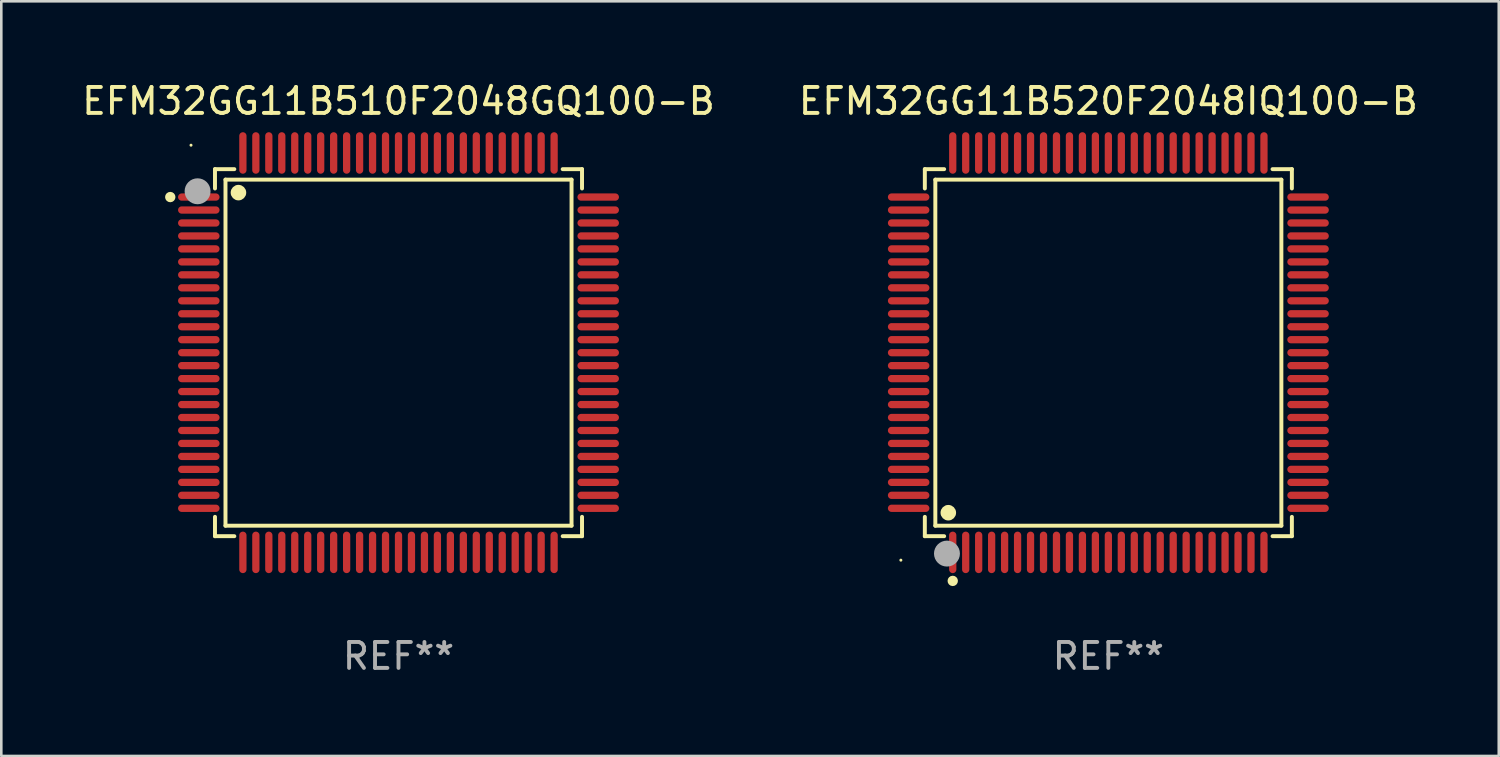
<source format=kicad_pcb>
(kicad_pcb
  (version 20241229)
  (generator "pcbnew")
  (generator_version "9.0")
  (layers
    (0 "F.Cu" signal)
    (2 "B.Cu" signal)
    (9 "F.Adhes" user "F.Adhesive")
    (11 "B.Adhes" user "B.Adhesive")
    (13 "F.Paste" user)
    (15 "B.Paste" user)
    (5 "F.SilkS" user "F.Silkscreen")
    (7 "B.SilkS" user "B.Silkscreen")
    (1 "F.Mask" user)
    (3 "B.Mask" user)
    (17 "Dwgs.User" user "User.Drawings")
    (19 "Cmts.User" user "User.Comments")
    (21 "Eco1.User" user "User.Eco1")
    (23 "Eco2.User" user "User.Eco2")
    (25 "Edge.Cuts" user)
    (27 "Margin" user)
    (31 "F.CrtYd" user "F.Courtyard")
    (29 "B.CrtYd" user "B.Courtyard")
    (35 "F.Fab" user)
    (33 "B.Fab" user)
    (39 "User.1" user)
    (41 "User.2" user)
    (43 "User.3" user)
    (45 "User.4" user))
  (footprint "EFM32GG11B510F2048GQ100-B"
    (layer "F.Cu")
    (at 12.315 10.548)
    (property "Reference" "EFM32GG11B510F2048GQ100-B" (at 0 -9.7 0) (layer "F.SilkS") (effects (font (size 1 1) (thickness 0.15))))
    (attr through_hole)
    (fp_line (start -7.076 -7.076) (end -7.076 -6.331) (stroke (width 0.152) (type solid)) (layer "F.SilkS"))
    (fp_line (start -7.076 7.076) (end -7.076 6.33) (stroke (width 0.152) (type solid)) (layer "F.SilkS"))
    (fp_line (start -6.671 -6.672) (end 6.672 -6.672) (stroke (width 0.152) (type solid)) (layer "F.SilkS"))
    (fp_line (start -6.671 6.671) (end -6.671 -6.672) (stroke (width 0.152) (type solid)) (layer "F.SilkS"))
    (fp_line (start -6.33 -7.076) (end -7.076 -7.076) (stroke (width 0.152) (type solid)) (layer "F.SilkS"))
    (fp_line (start -6.33 7.076) (end -7.076 7.076) (stroke (width 0.152) (type solid)) (layer "F.SilkS"))
    (fp_line (start 6.331 -7.076) (end 7.076 -7.076) (stroke (width 0.152) (type solid)) (layer "F.SilkS"))
    (fp_line (start 6.331 7.076) (end 7.076 7.076) (stroke (width 0.152) (type solid)) (layer "F.SilkS"))
    (fp_line (start 6.672 -6.672) (end 6.672 6.671) (stroke (width 0.152) (type solid)) (layer "F.SilkS"))
    (fp_line (start 6.672 6.671) (end -6.671 6.671) (stroke (width 0.152) (type solid)) (layer "F.SilkS"))
    (fp_line (start 7.076 -7.076) (end 7.076 -6.331) (stroke (width 0.152) (type solid)) (layer "F.SilkS"))
    (fp_line (start 7.076 7.076) (end 7.076 6.33) (stroke (width 0.152) (type solid)) (layer "F.SilkS"))
    (fp_circle (center -8.8 -6) (end -8.7 -6) (stroke (width 0.2) (type solid)) (fill no) (layer "F.SilkS"))
    (fp_circle (center -8 -8) (end -7.97 -8) (stroke (width 0.06) (type solid)) (fill no) (layer "F.SilkS"))
    (fp_circle (center -6.171 -6.171) (end -6.021 -6.171) (stroke (width 0.3) (type solid)) (fill no) (layer "F.SilkS"))
    (fp_circle (center -7.747 -6.223) (end -7.497 -6.223) (stroke (width 0.5) (type solid)) (fill no) (layer "F.Fab"))
    (fp_text user "REF**" (at 0 11.7 0) (layer "F.Fab") (effects (font (size 1 1) (thickness 0.15))))
    (pad "1" smd oval (at -7.7 -6) (size 1.6 0.28) (layers "F.Cu" "F.Mask" "F.Paste"))
    (pad "2" smd oval (at -7.7 -5.5) (size 1.6 0.28) (layers "F.Cu" "F.Mask" "F.Paste"))
    (pad "3" smd oval (at -7.7 -5) (size 1.6 0.28) (layers "F.Cu" "F.Mask" "F.Paste"))
    (pad "4" smd oval (at -7.7 -4.5) (size 1.6 0.28) (layers "F.Cu" "F.Mask" "F.Paste"))
    (pad "5" smd oval (at -7.7 -4) (size 1.6 0.28) (layers "F.Cu" "F.Mask" "F.Paste"))
    (pad "6" smd oval (at -7.7 -3.5) (size 1.6 0.28) (layers "F.Cu" "F.Mask" "F.Paste"))
    (pad "7" smd oval (at -7.7 -3) (size 1.6 0.28) (layers "F.Cu" "F.Mask" "F.Paste"))
    (pad "8" smd oval (at -7.7 -2.5) (size 1.6 0.28) (layers "F.Cu" "F.Mask" "F.Paste"))
    (pad "9" smd oval (at -7.7 -2) (size 1.6 0.28) (layers "F.Cu" "F.Mask" "F.Paste"))
    (pad "10" smd oval (at -7.7 -1.5) (size 1.6 0.28) (layers "F.Cu" "F.Mask" "F.Paste"))
    (pad "11" smd oval (at -7.7 -1) (size 1.6 0.28) (layers "F.Cu" "F.Mask" "F.Paste"))
    (pad "12" smd oval (at -7.7 -0.5) (size 1.6 0.28) (layers "F.Cu" "F.Mask" "F.Paste"))
    (pad "13" smd oval (at -7.7 0) (size 1.6 0.28) (layers "F.Cu" "F.Mask" "F.Paste"))
    (pad "14" smd oval (at -7.7 0.5) (size 1.6 0.28) (layers "F.Cu" "F.Mask" "F.Paste"))
    (pad "15" smd oval (at -7.7 1) (size 1.6 0.28) (layers "F.Cu" "F.Mask" "F.Paste"))
    (pad "16" smd oval (at -7.7 1.5) (size 1.6 0.28) (layers "F.Cu" "F.Mask" "F.Paste"))
    (pad "17" smd oval (at -7.7 2) (size 1.6 0.28) (layers "F.Cu" "F.Mask" "F.Paste"))
    (pad "18" smd oval (at -7.7 2.5) (size 1.6 0.28) (layers "F.Cu" "F.Mask" "F.Paste"))
    (pad "19" smd oval (at -7.7 3) (size 1.6 0.28) (layers "F.Cu" "F.Mask" "F.Paste"))
    (pad "20" smd oval (at -7.7 3.5) (size 1.6 0.28) (layers "F.Cu" "F.Mask" "F.Paste"))
    (pad "21" smd oval (at -7.7 4) (size 1.6 0.28) (layers "F.Cu" "F.Mask" "F.Paste"))
    (pad "22" smd oval (at -7.7 4.5) (size 1.6 0.28) (layers "F.Cu" "F.Mask" "F.Paste"))
    (pad "23" smd oval (at -7.7 5) (size 1.6 0.28) (layers "F.Cu" "F.Mask" "F.Paste"))
    (pad "24" smd oval (at -7.7 5.5) (size 1.6 0.28) (layers "F.Cu" "F.Mask" "F.Paste"))
    (pad "25" smd oval (at -7.7 6) (size 1.6 0.28) (layers "F.Cu" "F.Mask" "F.Paste"))
    (pad "26" smd oval (at -6 7.7) (size 0.28 1.6) (layers "F.Cu" "F.Mask" "F.Paste"))
    (pad "27" smd oval (at -5.5 7.7) (size 0.28 1.6) (layers "F.Cu" "F.Mask" "F.Paste"))
    (pad "28" smd oval (at -5 7.7) (size 0.28 1.6) (layers "F.Cu" "F.Mask" "F.Paste"))
    (pad "29" smd oval (at -4.5 7.7) (size 0.28 1.6) (layers "F.Cu" "F.Mask" "F.Paste"))
    (pad "30" smd oval (at -4 7.7) (size 0.28 1.6) (layers "F.Cu" "F.Mask" "F.Paste"))
    (pad "31" smd oval (at -3.5 7.7) (size 0.28 1.6) (layers "F.Cu" "F.Mask" "F.Paste"))
    (pad "32" smd oval (at -3 7.7) (size 0.28 1.6) (layers "F.Cu" "F.Mask" "F.Paste"))
    (pad "33" smd oval (at -2.5 7.7) (size 0.28 1.6) (layers "F.Cu" "F.Mask" "F.Paste"))
    (pad "34" smd oval (at -2 7.7) (size 0.28 1.6) (layers "F.Cu" "F.Mask" "F.Paste"))
    (pad "35" smd oval (at -1.5 7.7) (size 0.28 1.6) (layers "F.Cu" "F.Mask" "F.Paste"))
    (pad "36" smd oval (at -1 7.7) (size 0.28 1.6) (layers "F.Cu" "F.Mask" "F.Paste"))
    (pad "37" smd oval (at -0.5 7.7) (size 0.28 1.6) (layers "F.Cu" "F.Mask" "F.Paste"))
    (pad "38" smd oval (at 0 7.7) (size 0.28 1.6) (layers "F.Cu" "F.Mask" "F.Paste"))
    (pad "39" smd oval (at 0.5 7.7) (size 0.28 1.6) (layers "F.Cu" "F.Mask" "F.Paste"))
    (pad "40" smd oval (at 1 7.7) (size 0.28 1.6) (layers "F.Cu" "F.Mask" "F.Paste"))
    (pad "41" smd oval (at 1.5 7.7) (size 0.28 1.6) (layers "F.Cu" "F.Mask" "F.Paste"))
    (pad "42" smd oval (at 2 7.7) (size 0.28 1.6) (layers "F.Cu" "F.Mask" "F.Paste"))
    (pad "43" smd oval (at 2.5 7.7) (size 0.28 1.6) (layers "F.Cu" "F.Mask" "F.Paste"))
    (pad "44" smd oval (at 3 7.7) (size 0.28 1.6) (layers "F.Cu" "F.Mask" "F.Paste"))
    (pad "45" smd oval (at 3.5 7.7) (size 0.28 1.6) (layers "F.Cu" "F.Mask" "F.Paste"))
    (pad "46" smd oval (at 4 7.7) (size 0.28 1.6) (layers "F.Cu" "F.Mask" "F.Paste"))
    (pad "47" smd oval (at 4.5 7.7) (size 0.28 1.6) (layers "F.Cu" "F.Mask" "F.Paste"))
    (pad "48" smd oval (at 5 7.7) (size 0.28 1.6) (layers "F.Cu" "F.Mask" "F.Paste"))
    (pad "49" smd oval (at 5.5 7.7) (size 0.28 1.6) (layers "F.Cu" "F.Mask" "F.Paste"))
    (pad "50" smd oval (at 6 7.7) (size 0.28 1.6) (layers "F.Cu" "F.Mask" "F.Paste"))
    (pad "51" smd oval (at 7.7 6) (size 1.6 0.28) (layers "F.Cu" "F.Mask" "F.Paste"))
    (pad "52" smd oval (at 7.7 5.5) (size 1.6 0.28) (layers "F.Cu" "F.Mask" "F.Paste"))
    (pad "53" smd oval (at 7.7 5) (size 1.6 0.28) (layers "F.Cu" "F.Mask" "F.Paste"))
    (pad "54" smd oval (at 7.7 4.5) (size 1.6 0.28) (layers "F.Cu" "F.Mask" "F.Paste"))
    (pad "55" smd oval (at 7.7 4) (size 1.6 0.28) (layers "F.Cu" "F.Mask" "F.Paste"))
    (pad "56" smd oval (at 7.7 3.5) (size 1.6 0.28) (layers "F.Cu" "F.Mask" "F.Paste"))
    (pad "57" smd oval (at 7.7 3) (size 1.6 0.28) (layers "F.Cu" "F.Mask" "F.Paste"))
    (pad "58" smd oval (at 7.7 2.5) (size 1.6 0.28) (layers "F.Cu" "F.Mask" "F.Paste"))
    (pad "59" smd oval (at 7.7 2) (size 1.6 0.28) (layers "F.Cu" "F.Mask" "F.Paste"))
    (pad "60" smd oval (at 7.7 1.5) (size 1.6 0.28) (layers "F.Cu" "F.Mask" "F.Paste"))
    (pad "61" smd oval (at 7.7 1) (size 1.6 0.28) (layers "F.Cu" "F.Mask" "F.Paste"))
    (pad "62" smd oval (at 7.7 0.5) (size 1.6 0.28) (layers "F.Cu" "F.Mask" "F.Paste"))
    (pad "63" smd oval (at 7.7 0) (size 1.6 0.28) (layers "F.Cu" "F.Mask" "F.Paste"))
    (pad "64" smd oval (at 7.7 -0.5) (size 1.6 0.28) (layers "F.Cu" "F.Mask" "F.Paste"))
    (pad "65" smd oval (at 7.7 -1) (size 1.6 0.28) (layers "F.Cu" "F.Mask" "F.Paste"))
    (pad "66" smd oval (at 7.7 -1.5) (size 1.6 0.28) (layers "F.Cu" "F.Mask" "F.Paste"))
    (pad "67" smd oval (at 7.7 -2) (size 1.6 0.28) (layers "F.Cu" "F.Mask" "F.Paste"))
    (pad "68" smd oval (at 7.7 -2.5) (size 1.6 0.28) (layers "F.Cu" "F.Mask" "F.Paste"))
    (pad "69" smd oval (at 7.7 -3) (size 1.6 0.28) (layers "F.Cu" "F.Mask" "F.Paste"))
    (pad "70" smd oval (at 7.7 -3.5) (size 1.6 0.28) (layers "F.Cu" "F.Mask" "F.Paste"))
    (pad "71" smd oval (at 7.7 -4) (size 1.6 0.28) (layers "F.Cu" "F.Mask" "F.Paste"))
    (pad "72" smd oval (at 7.7 -4.5) (size 1.6 0.28) (layers "F.Cu" "F.Mask" "F.Paste"))
    (pad "73" smd oval (at 7.7 -5) (size 1.6 0.28) (layers "F.Cu" "F.Mask" "F.Paste"))
    (pad "74" smd oval (at 7.7 -5.5) (size 1.6 0.28) (layers "F.Cu" "F.Mask" "F.Paste"))
    (pad "75" smd oval (at 7.7 -6) (size 1.6 0.28) (layers "F.Cu" "F.Mask" "F.Paste"))
    (pad "76" smd oval (at 6 -7.7) (size 0.28 1.6) (layers "F.Cu" "F.Mask" "F.Paste"))
    (pad "77" smd oval (at 5.5 -7.7) (size 0.28 1.6) (layers "F.Cu" "F.Mask" "F.Paste"))
    (pad "78" smd oval (at 5 -7.7) (size 0.28 1.6) (layers "F.Cu" "F.Mask" "F.Paste"))
    (pad "79" smd oval (at 4.5 -7.7) (size 0.28 1.6) (layers "F.Cu" "F.Mask" "F.Paste"))
    (pad "80" smd oval (at 4 -7.7) (size 0.28 1.6) (layers "F.Cu" "F.Mask" "F.Paste"))
    (pad "81" smd oval (at 3.5 -7.7) (size 0.28 1.6) (layers "F.Cu" "F.Mask" "F.Paste"))
    (pad "82" smd oval (at 3 -7.7) (size 0.28 1.6) (layers "F.Cu" "F.Mask" "F.Paste"))
    (pad "83" smd oval (at 2.5 -7.7) (size 0.28 1.6) (layers "F.Cu" "F.Mask" "F.Paste"))
    (pad "84" smd oval (at 2 -7.7) (size 0.28 1.6) (layers "F.Cu" "F.Mask" "F.Paste"))
    (pad "85" smd oval (at 1.5 -7.7) (size 0.28 1.6) (layers "F.Cu" "F.Mask" "F.Paste"))
    (pad "86" smd oval (at 1 -7.7) (size 0.28 1.6) (layers "F.Cu" "F.Mask" "F.Paste"))
    (pad "87" smd oval (at 0.5 -7.7) (size 0.28 1.6) (layers "F.Cu" "F.Mask" "F.Paste"))
    (pad "88" smd oval (at 0 -7.7) (size 0.28 1.6) (layers "F.Cu" "F.Mask" "F.Paste"))
    (pad "89" smd oval (at -0.5 -7.7) (size 0.28 1.6) (layers "F.Cu" "F.Mask" "F.Paste"))
    (pad "90" smd oval (at -1 -7.7) (size 0.28 1.6) (layers "F.Cu" "F.Mask" "F.Paste"))
    (pad "91" smd oval (at -1.5 -7.7) (size 0.28 1.6) (layers "F.Cu" "F.Mask" "F.Paste"))
    (pad "92" smd oval (at -2 -7.7) (size 0.28 1.6) (layers "F.Cu" "F.Mask" "F.Paste"))
    (pad "93" smd oval (at -2.5 -7.7) (size 0.28 1.6) (layers "F.Cu" "F.Mask" "F.Paste"))
    (pad "94" smd oval (at -3 -7.7) (size 0.28 1.6) (layers "F.Cu" "F.Mask" "F.Paste"))
    (pad "95" smd oval (at -3.5 -7.7) (size 0.28 1.6) (layers "F.Cu" "F.Mask" "F.Paste"))
    (pad "96" smd oval (at -4 -7.7) (size 0.28 1.6) (layers "F.Cu" "F.Mask" "F.Paste"))
    (pad "97" smd oval (at -4.5 -7.7) (size 0.28 1.6) (layers "F.Cu" "F.Mask" "F.Paste"))
    (pad "98" smd oval (at -5 -7.7) (size 0.28 1.6) (layers "F.Cu" "F.Mask" "F.Paste"))
    (pad "99" smd oval (at -5.5 -7.7) (size 0.28 1.6) (layers "F.Cu" "F.Mask" "F.Paste"))
    (pad "100" smd oval (at -6 -7.7) (size 0.28 1.6) (layers "F.Cu" "F.Mask" "F.Paste")))
  (footprint "EFM32GG11B520F2048IQ100-B"
    (layer "F.Cu")
    (at 39.685 10.548)
    (property "Reference" "EFM32GG11B520F2048IQ100-B" (at 0 -9.7 0) (layer "F.SilkS") (effects (font (size 1 1) (thickness 0.15))))
    (attr through_hole)
    (fp_line (start -7.076 -7.076) (end -6.331 -7.076) (stroke (width 0.152) (type solid)) (layer "F.SilkS"))
    (fp_line (start -7.076 -6.331) (end -7.076 -7.076) (stroke (width 0.152) (type solid)) (layer "F.SilkS"))
    (fp_line (start -7.076 6.331) (end -7.076 7.076) (stroke (width 0.152) (type solid)) (layer "F.SilkS"))
    (fp_line (start -7.076 7.076) (end -6.331 7.076) (stroke (width 0.152) (type solid)) (layer "F.SilkS"))
    (fp_line (start -6.671 -6.671) (end 6.671 -6.671) (stroke (width 0.152) (type solid)) (layer "F.SilkS"))
    (fp_line (start -6.671 6.671) (end -6.671 -6.671) (stroke (width 0.152) (type solid)) (layer "F.SilkS"))
    (fp_line (start 6.671 -6.671) (end 6.671 6.671) (stroke (width 0.152) (type solid)) (layer "F.SilkS"))
    (fp_line (start 6.671 6.671) (end -6.671 6.671) (stroke (width 0.152) (type solid)) (layer "F.SilkS"))
    (fp_line (start 7.076 -7.076) (end 6.331 -7.076) (stroke (width 0.152) (type solid)) (layer "F.SilkS"))
    (fp_line (start 7.076 -6.331) (end 7.076 -7.076) (stroke (width 0.152) (type solid)) (layer "F.SilkS"))
    (fp_line (start 7.076 6.331) (end 7.076 7.076) (stroke (width 0.152) (type solid)) (layer "F.SilkS"))
    (fp_line (start 7.076 7.076) (end 6.331 7.076) (stroke (width 0.152) (type solid)) (layer "F.SilkS"))
    (fp_circle (center -8 8) (end -7.97 8) (stroke (width 0.06) (type solid)) (fill no) (layer "F.SilkS"))
    (fp_circle (center -6.171 6.171) (end -6.021 6.171) (stroke (width 0.3) (type solid)) (fill no) (layer "F.SilkS"))
    (fp_circle (center -6 8.8) (end -5.9 8.8) (stroke (width 0.2) (type solid)) (fill no) (layer "F.SilkS"))
    (fp_circle (center -6.223 7.747) (end -5.973 7.747) (stroke (width 0.5) (type solid)) (fill no) (layer "F.Fab"))
    (fp_text user "REF**" (at 0 11.7 0) (layer "F.Fab") (effects (font (size 1 1) (thickness 0.15))))
    (pad "1" smd oval (at -6 7.7) (size 0.28 1.6) (layers "F.Cu" "F.Mask" "F.Paste"))
    (pad "2" smd oval (at -5.5 7.7) (size 0.28 1.6) (layers "F.Cu" "F.Mask" "F.Paste"))
    (pad "3" smd oval (at -5 7.7) (size 0.28 1.6) (layers "F.Cu" "F.Mask" "F.Paste"))
    (pad "4" smd oval (at -4.5 7.7) (size 0.28 1.6) (layers "F.Cu" "F.Mask" "F.Paste"))
    (pad "5" smd oval (at -4 7.7) (size 0.28 1.6) (layers "F.Cu" "F.Mask" "F.Paste"))
    (pad "6" smd oval (at -3.5 7.7) (size 0.28 1.6) (layers "F.Cu" "F.Mask" "F.Paste"))
    (pad "7" smd oval (at -3 7.7) (size 0.28 1.6) (layers "F.Cu" "F.Mask" "F.Paste"))
    (pad "8" smd oval (at -2.5 7.7) (size 0.28 1.6) (layers "F.Cu" "F.Mask" "F.Paste"))
    (pad "9" smd oval (at -2 7.7) (size 0.28 1.6) (layers "F.Cu" "F.Mask" "F.Paste"))
    (pad "10" smd oval (at -1.5 7.7) (size 0.28 1.6) (layers "F.Cu" "F.Mask" "F.Paste"))
    (pad "11" smd oval (at -1 7.7) (size 0.28 1.6) (layers "F.Cu" "F.Mask" "F.Paste"))
    (pad "12" smd oval (at -0.5 7.7) (size 0.28 1.6) (layers "F.Cu" "F.Mask" "F.Paste"))
    (pad "13" smd oval (at 0 7.7) (size 0.28 1.6) (layers "F.Cu" "F.Mask" "F.Paste"))
    (pad "14" smd oval (at 0.5 7.7) (size 0.28 1.6) (layers "F.Cu" "F.Mask" "F.Paste"))
    (pad "15" smd oval (at 1 7.7) (size 0.28 1.6) (layers "F.Cu" "F.Mask" "F.Paste"))
    (pad "16" smd oval (at 1.5 7.7) (size 0.28 1.6) (layers "F.Cu" "F.Mask" "F.Paste"))
    (pad "17" smd oval (at 2 7.7) (size 0.28 1.6) (layers "F.Cu" "F.Mask" "F.Paste"))
    (pad "18" smd oval (at 2.5 7.7) (size 0.28 1.6) (layers "F.Cu" "F.Mask" "F.Paste"))
    (pad "19" smd oval (at 3 7.7) (size 0.28 1.6) (layers "F.Cu" "F.Mask" "F.Paste"))
    (pad "20" smd oval (at 3.5 7.7) (size 0.28 1.6) (layers "F.Cu" "F.Mask" "F.Paste"))
    (pad "21" smd oval (at 4 7.7) (size 0.28 1.6) (layers "F.Cu" "F.Mask" "F.Paste"))
    (pad "22" smd oval (at 4.5 7.7) (size 0.28 1.6) (layers "F.Cu" "F.Mask" "F.Paste"))
    (pad "23" smd oval (at 5 7.7) (size 0.28 1.6) (layers "F.Cu" "F.Mask" "F.Paste"))
    (pad "24" smd oval (at 5.5 7.7) (size 0.28 1.6) (layers "F.Cu" "F.Mask" "F.Paste"))
    (pad "25" smd oval (at 6 7.7) (size 0.28 1.6) (layers "F.Cu" "F.Mask" "F.Paste"))
    (pad "26" smd oval (at 7.7 6) (size 1.6 0.28) (layers "F.Cu" "F.Mask" "F.Paste"))
    (pad "27" smd oval (at 7.7 5.5) (size 1.6 0.28) (layers "F.Cu" "F.Mask" "F.Paste"))
    (pad "28" smd oval (at 7.7 5) (size 1.6 0.28) (layers "F.Cu" "F.Mask" "F.Paste"))
    (pad "29" smd oval (at 7.7 4.5) (size 1.6 0.28) (layers "F.Cu" "F.Mask" "F.Paste"))
    (pad "30" smd oval (at 7.7 4) (size 1.6 0.28) (layers "F.Cu" "F.Mask" "F.Paste"))
    (pad "31" smd oval (at 7.7 3.5) (size 1.6 0.28) (layers "F.Cu" "F.Mask" "F.Paste"))
    (pad "32" smd oval (at 7.7 3) (size 1.6 0.28) (layers "F.Cu" "F.Mask" "F.Paste"))
    (pad "33" smd oval (at 7.7 2.5) (size 1.6 0.28) (layers "F.Cu" "F.Mask" "F.Paste"))
    (pad "34" smd oval (at 7.7 2) (size 1.6 0.28) (layers "F.Cu" "F.Mask" "F.Paste"))
    (pad "35" smd oval (at 7.7 1.5) (size 1.6 0.28) (layers "F.Cu" "F.Mask" "F.Paste"))
    (pad "36" smd oval (at 7.7 1) (size 1.6 0.28) (layers "F.Cu" "F.Mask" "F.Paste"))
    (pad "37" smd oval (at 7.7 0.5) (size 1.6 0.28) (layers "F.Cu" "F.Mask" "F.Paste"))
    (pad "38" smd oval (at 7.7 0) (size 1.6 0.28) (layers "F.Cu" "F.Mask" "F.Paste"))
    (pad "39" smd oval (at 7.7 -0.5) (size 1.6 0.28) (layers "F.Cu" "F.Mask" "F.Paste"))
    (pad "40" smd oval (at 7.7 -1) (size 1.6 0.28) (layers "F.Cu" "F.Mask" "F.Paste"))
    (pad "41" smd oval (at 7.7 -1.5) (size 1.6 0.28) (layers "F.Cu" "F.Mask" "F.Paste"))
    (pad "42" smd oval (at 7.7 -2) (size 1.6 0.28) (layers "F.Cu" "F.Mask" "F.Paste"))
    (pad "43" smd oval (at 7.7 -2.5) (size 1.6 0.28) (layers "F.Cu" "F.Mask" "F.Paste"))
    (pad "44" smd oval (at 7.7 -3) (size 1.6 0.28) (layers "F.Cu" "F.Mask" "F.Paste"))
    (pad "45" smd oval (at 7.7 -3.5) (size 1.6 0.28) (layers "F.Cu" "F.Mask" "F.Paste"))
    (pad "46" smd oval (at 7.7 -4) (size 1.6 0.28) (layers "F.Cu" "F.Mask" "F.Paste"))
    (pad "47" smd oval (at 7.7 -4.5) (size 1.6 0.28) (layers "F.Cu" "F.Mask" "F.Paste"))
    (pad "48" smd oval (at 7.7 -5) (size 1.6 0.28) (layers "F.Cu" "F.Mask" "F.Paste"))
    (pad "49" smd oval (at 7.7 -5.5) (size 1.6 0.28) (layers "F.Cu" "F.Mask" "F.Paste"))
    (pad "50" smd oval (at 7.7 -6) (size 1.6 0.28) (layers "F.Cu" "F.Mask" "F.Paste"))
    (pad "51" smd oval (at 6 -7.7) (size 0.28 1.6) (layers "F.Cu" "F.Mask" "F.Paste"))
    (pad "52" smd oval (at 5.5 -7.7) (size 0.28 1.6) (layers "F.Cu" "F.Mask" "F.Paste"))
    (pad "53" smd oval (at 5 -7.7) (size 0.28 1.6) (layers "F.Cu" "F.Mask" "F.Paste"))
    (pad "54" smd oval (at 4.5 -7.7) (size 0.28 1.6) (layers "F.Cu" "F.Mask" "F.Paste"))
    (pad "55" smd oval (at 4 -7.7) (size 0.28 1.6) (layers "F.Cu" "F.Mask" "F.Paste"))
    (pad "56" smd oval (at 3.5 -7.7) (size 0.28 1.6) (layers "F.Cu" "F.Mask" "F.Paste"))
    (pad "57" smd oval (at 3 -7.7) (size 0.28 1.6) (layers "F.Cu" "F.Mask" "F.Paste"))
    (pad "58" smd oval (at 2.5 -7.7) (size 0.28 1.6) (layers "F.Cu" "F.Mask" "F.Paste"))
    (pad "59" smd oval (at 2 -7.7) (size 0.28 1.6) (layers "F.Cu" "F.Mask" "F.Paste"))
    (pad "60" smd oval (at 1.5 -7.7) (size 0.28 1.6) (layers "F.Cu" "F.Mask" "F.Paste"))
    (pad "61" smd oval (at 1 -7.7) (size 0.28 1.6) (layers "F.Cu" "F.Mask" "F.Paste"))
    (pad "62" smd oval (at 0.5 -7.7) (size 0.28 1.6) (layers "F.Cu" "F.Mask" "F.Paste"))
    (pad "63" smd oval (at 0 -7.7) (size 0.28 1.6) (layers "F.Cu" "F.Mask" "F.Paste"))
    (pad "64" smd oval (at -0.5 -7.7) (size 0.28 1.6) (layers "F.Cu" "F.Mask" "F.Paste"))
    (pad "65" smd oval (at -1 -7.7) (size 0.28 1.6) (layers "F.Cu" "F.Mask" "F.Paste"))
    (pad "66" smd oval (at -1.5 -7.7) (size 0.28 1.6) (layers "F.Cu" "F.Mask" "F.Paste"))
    (pad "67" smd oval (at -2 -7.7) (size 0.28 1.6) (layers "F.Cu" "F.Mask" "F.Paste"))
    (pad "68" smd oval (at -2.5 -7.7) (size 0.28 1.6) (layers "F.Cu" "F.Mask" "F.Paste"))
    (pad "69" smd oval (at -3 -7.7) (size 0.28 1.6) (layers "F.Cu" "F.Mask" "F.Paste"))
    (pad "70" smd oval (at -3.5 -7.7) (size 0.28 1.6) (layers "F.Cu" "F.Mask" "F.Paste"))
    (pad "71" smd oval (at -4 -7.7) (size 0.28 1.6) (layers "F.Cu" "F.Mask" "F.Paste"))
    (pad "72" smd oval (at -4.5 -7.7) (size 0.28 1.6) (layers "F.Cu" "F.Mask" "F.Paste"))
    (pad "73" smd oval (at -5 -7.7) (size 0.28 1.6) (layers "F.Cu" "F.Mask" "F.Paste"))
    (pad "74" smd oval (at -5.5 -7.7) (size 0.28 1.6) (layers "F.Cu" "F.Mask" "F.Paste"))
    (pad "75" smd oval (at -6 -7.7) (size 0.28 1.6) (layers "F.Cu" "F.Mask" "F.Paste"))
    (pad "76" smd oval (at -7.7 -6) (size 1.6 0.28) (layers "F.Cu" "F.Mask" "F.Paste"))
    (pad "77" smd oval (at -7.7 -5.5) (size 1.6 0.28) (layers "F.Cu" "F.Mask" "F.Paste"))
    (pad "78" smd oval (at -7.7 -5) (size 1.6 0.28) (layers "F.Cu" "F.Mask" "F.Paste"))
    (pad "79" smd oval (at -7.7 -4.5) (size 1.6 0.28) (layers "F.Cu" "F.Mask" "F.Paste"))
    (pad "80" smd oval (at -7.7 -4) (size 1.6 0.28) (layers "F.Cu" "F.Mask" "F.Paste"))
    (pad "81" smd oval (at -7.7 -3.5) (size 1.6 0.28) (layers "F.Cu" "F.Mask" "F.Paste"))
    (pad "82" smd oval (at -7.7 -3) (size 1.6 0.28) (layers "F.Cu" "F.Mask" "F.Paste"))
    (pad "83" smd oval (at -7.7 -2.5) (size 1.6 0.28) (layers "F.Cu" "F.Mask" "F.Paste"))
    (pad "84" smd oval (at -7.7 -2) (size 1.6 0.28) (layers "F.Cu" "F.Mask" "F.Paste"))
    (pad "85" smd oval (at -7.7 -1.5) (size 1.6 0.28) (layers "F.Cu" "F.Mask" "F.Paste"))
    (pad "86" smd oval (at -7.7 -1) (size 1.6 0.28) (layers "F.Cu" "F.Mask" "F.Paste"))
    (pad "87" smd oval (at -7.7 -0.5) (size 1.6 0.28) (layers "F.Cu" "F.Mask" "F.Paste"))
    (pad "88" smd oval (at -7.7 0) (size 1.6 0.28) (layers "F.Cu" "F.Mask" "F.Paste"))
    (pad "89" smd oval (at -7.7 0.5) (size 1.6 0.28) (layers "F.Cu" "F.Mask" "F.Paste"))
    (pad "90" smd oval (at -7.7 1) (size 1.6 0.28) (layers "F.Cu" "F.Mask" "F.Paste"))
    (pad "91" smd oval (at -7.7 1.5) (size 1.6 0.28) (layers "F.Cu" "F.Mask" "F.Paste"))
    (pad "92" smd oval (at -7.7 2) (size 1.6 0.28) (layers "F.Cu" "F.Mask" "F.Paste"))
    (pad "93" smd oval (at -7.7 2.5) (size 1.6 0.28) (layers "F.Cu" "F.Mask" "F.Paste"))
    (pad "94" smd oval (at -7.7 3) (size 1.6 0.28) (layers "F.Cu" "F.Mask" "F.Paste"))
    (pad "95" smd oval (at -7.7 3.5) (size 1.6 0.28) (layers "F.Cu" "F.Mask" "F.Paste"))
    (pad "96" smd oval (at -7.7 4) (size 1.6 0.28) (layers "F.Cu" "F.Mask" "F.Paste"))
    (pad "97" smd oval (at -7.7 4.5) (size 1.6 0.28) (layers "F.Cu" "F.Mask" "F.Paste"))
    (pad "98" smd oval (at -7.7 5) (size 1.6 0.28) (layers "F.Cu" "F.Mask" "F.Paste"))
    (pad "99" smd oval (at -7.7 5.5) (size 1.6 0.28) (layers "F.Cu" "F.Mask" "F.Paste"))
    (pad "100" smd oval (at -7.7 6) (size 1.6 0.28) (layers "F.Cu" "F.Mask" "F.Paste")))
  (gr_rect
    (start -3 -3)
    (end 54.738 26.097)
    (stroke (width 0.1) (type default))
    (fill no)
    (layer "Edge.Cuts")))
</source>
